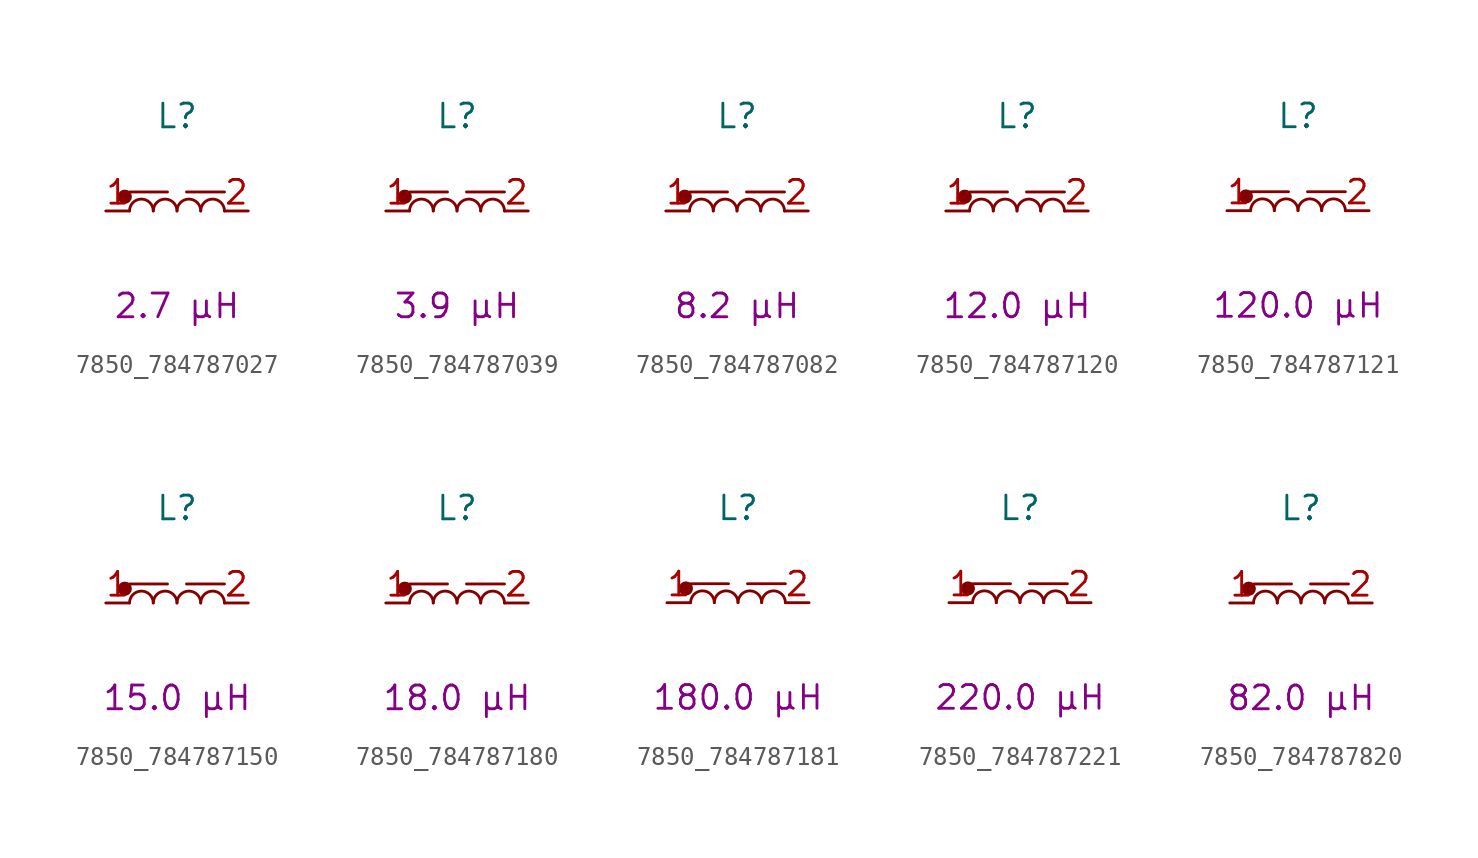
<source format=kicad_sym>
(kicad_symbol_lib
  (version 20220914)
  (generator kicad_symbol_editor)
  (symbol "7850_784787027"
    (pin_names hide)
    (property "Reference" "L"
      (at 0 5.08 0)
      (effects (font (size 1.27 1.27))))
    (property "Critical Parameter" "2.7 µH"
      (at 0 -5.08 0)
      (effects (font (size 1.27 1.27))))
    (symbol "7850_784787027_0_1"
      (arc (start -1.27 0) (mid -1.905 0.6323) (end -2.54 0) (stroke (width 0) (type default)) (fill (type none)))
      (arc (start 0 0) (mid -0.635 0.6323) (end -1.27 0) (stroke (width 0) (type default)) (fill (type none)))
      (polyline (pts (xy -2.54 1.016) (xy -0.508 1.016)) (stroke (width 0) (type default)) (fill (type none)))
      (arc (start 1.27 0) (mid 0.635 0.6323) (end 0 0) (stroke (width 0) (type default)) (fill (type none)))
      (arc (start 2.54 0) (mid 1.905 0.6323) (end 1.27 0) (stroke (width 0) (type default)) (fill (type none))))
    (symbol "7850_784787027_1_1"
      (circle (center -2.794 0.762) (radius 0.0001) (stroke (width 0.381) (type default)) (fill (type none)))
      (polyline (pts (xy 2.54 1.016) (xy 0.508 1.016)) (stroke (width 0) (type default)) (fill (type none)))
      (pin passive line (at -3.81 0 0) (length 1.27) (name "1" (effects (font (size 1.27 1.27)))) (number "1" (effects (font (size 1.27 1.27)))))
      (pin passive line (at 3.81 0 180) (length 1.27) (name "2" (effects (font (size 1.27 1.27)))) (number "2" (effects (font (size 1.27 1.27)))))))
  (symbol "7850_784787039"
    (pin_names hide)
    (property "Reference" "L"
      (at 0 5.08 0)
      (effects (font (size 1.27 1.27))))
    (property "Critical Parameter" "3.9 µH"
      (at 0 -5.08 0)
      (effects (font (size 1.27 1.27))))
    (symbol "7850_784787039_0_1"
      (arc (start -1.27 0) (mid -1.905 0.6323) (end -2.54 0) (stroke (width 0) (type default)) (fill (type none)))
      (arc (start 0 0) (mid -0.635 0.6323) (end -1.27 0) (stroke (width 0) (type default)) (fill (type none)))
      (polyline (pts (xy -2.54 1.016) (xy -0.508 1.016)) (stroke (width 0) (type default)) (fill (type none)))
      (arc (start 1.27 0) (mid 0.635 0.6323) (end 0 0) (stroke (width 0) (type default)) (fill (type none)))
      (arc (start 2.54 0) (mid 1.905 0.6323) (end 1.27 0) (stroke (width 0) (type default)) (fill (type none))))
    (symbol "7850_784787039_1_1"
      (circle (center -2.794 0.762) (radius 0.0001) (stroke (width 0.381) (type default)) (fill (type none)))
      (polyline (pts (xy 2.54 1.016) (xy 0.508 1.016)) (stroke (width 0) (type default)) (fill (type none)))
      (pin passive line (at -3.81 0 0) (length 1.27) (name "1" (effects (font (size 1.27 1.27)))) (number "1" (effects (font (size 1.27 1.27)))))
      (pin passive line (at 3.81 0 180) (length 1.27) (name "2" (effects (font (size 1.27 1.27)))) (number "2" (effects (font (size 1.27 1.27)))))))
  (symbol "7850_784787082"
    (pin_names hide)
    (property "Reference" "L"
      (at 0 5.08 0)
      (effects (font (size 1.27 1.27))))
    (property "Critical Parameter" "8.2 µH"
      (at 0 -5.08 0)
      (effects (font (size 1.27 1.27))))
    (symbol "7850_784787082_0_1"
      (arc (start -1.27 0) (mid -1.905 0.6323) (end -2.54 0) (stroke (width 0) (type default)) (fill (type none)))
      (arc (start 0 0) (mid -0.635 0.6323) (end -1.27 0) (stroke (width 0) (type default)) (fill (type none)))
      (polyline (pts (xy -2.54 1.016) (xy -0.508 1.016)) (stroke (width 0) (type default)) (fill (type none)))
      (arc (start 1.27 0) (mid 0.635 0.6323) (end 0 0) (stroke (width 0) (type default)) (fill (type none)))
      (arc (start 2.54 0) (mid 1.905 0.6323) (end 1.27 0) (stroke (width 0) (type default)) (fill (type none))))
    (symbol "7850_784787082_1_1"
      (circle (center -2.794 0.762) (radius 0.0001) (stroke (width 0.381) (type default)) (fill (type none)))
      (polyline (pts (xy 2.54 1.016) (xy 0.508 1.016)) (stroke (width 0) (type default)) (fill (type none)))
      (pin passive line (at -3.81 0 0) (length 1.27) (name "1" (effects (font (size 1.27 1.27)))) (number "1" (effects (font (size 1.27 1.27)))))
      (pin passive line (at 3.81 0 180) (length 1.27) (name "2" (effects (font (size 1.27 1.27)))) (number "2" (effects (font (size 1.27 1.27)))))))
  (symbol "7850_784787120"
    (pin_names hide)
    (property "Reference" "L"
      (at 0 5.08 0)
      (effects (font (size 1.27 1.27))))
    (property "Critical Parameter" "12.0 µH"
      (at 0 -5.08 0)
      (effects (font (size 1.27 1.27))))
    (symbol "7850_784787120_0_1"
      (arc (start -1.27 0) (mid -1.905 0.6323) (end -2.54 0) (stroke (width 0) (type default)) (fill (type none)))
      (arc (start 0 0) (mid -0.635 0.6323) (end -1.27 0) (stroke (width 0) (type default)) (fill (type none)))
      (polyline (pts (xy -2.54 1.016) (xy -0.508 1.016)) (stroke (width 0) (type default)) (fill (type none)))
      (arc (start 1.27 0) (mid 0.635 0.6323) (end 0 0) (stroke (width 0) (type default)) (fill (type none)))
      (arc (start 2.54 0) (mid 1.905 0.6323) (end 1.27 0) (stroke (width 0) (type default)) (fill (type none))))
    (symbol "7850_784787120_1_1"
      (circle (center -2.794 0.762) (radius 0.0001) (stroke (width 0.381) (type default)) (fill (type none)))
      (polyline (pts (xy 2.54 1.016) (xy 0.508 1.016)) (stroke (width 0) (type default)) (fill (type none)))
      (pin passive line (at -3.81 0 0) (length 1.27) (name "1" (effects (font (size 1.27 1.27)))) (number "1" (effects (font (size 1.27 1.27)))))
      (pin passive line (at 3.81 0 180) (length 1.27) (name "2" (effects (font (size 1.27 1.27)))) (number "2" (effects (font (size 1.27 1.27)))))))
  (symbol "7850_784787121"
    (pin_names hide)
    (property "Reference" "L"
      (at 0 5.08 0)
      (effects (font (size 1.27 1.27))))
    (property "Critical Parameter" "120.0 µH"
      (at 0 -5.08 0)
      (effects (font (size 1.27 1.27))))
    (symbol "7850_784787121_0_1"
      (arc (start -1.27 0) (mid -1.905 0.6323) (end -2.54 0) (stroke (width 0) (type default)) (fill (type none)))
      (arc (start 0 0) (mid -0.635 0.6323) (end -1.27 0) (stroke (width 0) (type default)) (fill (type none)))
      (polyline (pts (xy -2.54 1.016) (xy -0.508 1.016)) (stroke (width 0) (type default)) (fill (type none)))
      (arc (start 1.27 0) (mid 0.635 0.6323) (end 0 0) (stroke (width 0) (type default)) (fill (type none)))
      (arc (start 2.54 0) (mid 1.905 0.6323) (end 1.27 0) (stroke (width 0) (type default)) (fill (type none))))
    (symbol "7850_784787121_1_1"
      (circle (center -2.794 0.762) (radius 0.0001) (stroke (width 0.381) (type default)) (fill (type none)))
      (polyline (pts (xy 2.54 1.016) (xy 0.508 1.016)) (stroke (width 0) (type default)) (fill (type none)))
      (pin passive line (at -3.81 0 0) (length 1.27) (name "1" (effects (font (size 1.27 1.27)))) (number "1" (effects (font (size 1.27 1.27)))))
      (pin passive line (at 3.81 0 180) (length 1.27) (name "2" (effects (font (size 1.27 1.27)))) (number "2" (effects (font (size 1.27 1.27)))))))
  (symbol "7850_784787150"
    (pin_names hide)
    (property "Reference" "L"
      (at 0 5.08 0)
      (effects (font (size 1.27 1.27))))
    (property "Critical Parameter" "15.0 µH"
      (at 0 -5.08 0)
      (effects (font (size 1.27 1.27))))
    (symbol "7850_784787150_0_1"
      (arc (start -1.27 0) (mid -1.905 0.6323) (end -2.54 0) (stroke (width 0) (type default)) (fill (type none)))
      (arc (start 0 0) (mid -0.635 0.6323) (end -1.27 0) (stroke (width 0) (type default)) (fill (type none)))
      (polyline (pts (xy -2.54 1.016) (xy -0.508 1.016)) (stroke (width 0) (type default)) (fill (type none)))
      (arc (start 1.27 0) (mid 0.635 0.6323) (end 0 0) (stroke (width 0) (type default)) (fill (type none)))
      (arc (start 2.54 0) (mid 1.905 0.6323) (end 1.27 0) (stroke (width 0) (type default)) (fill (type none))))
    (symbol "7850_784787150_1_1"
      (circle (center -2.794 0.762) (radius 0.0001) (stroke (width 0.381) (type default)) (fill (type none)))
      (polyline (pts (xy 2.54 1.016) (xy 0.508 1.016)) (stroke (width 0) (type default)) (fill (type none)))
      (pin passive line (at -3.81 0 0) (length 1.27) (name "1" (effects (font (size 1.27 1.27)))) (number "1" (effects (font (size 1.27 1.27)))))
      (pin passive line (at 3.81 0 180) (length 1.27) (name "2" (effects (font (size 1.27 1.27)))) (number "2" (effects (font (size 1.27 1.27)))))))
  (symbol "7850_784787180"
    (pin_names hide)
    (property "Reference" "L"
      (at 0 5.08 0)
      (effects (font (size 1.27 1.27))))
    (property "Critical Parameter" "18.0 µH"
      (at 0 -5.08 0)
      (effects (font (size 1.27 1.27))))
    (symbol "7850_784787180_0_1"
      (arc (start -1.27 0) (mid -1.905 0.6323) (end -2.54 0) (stroke (width 0) (type default)) (fill (type none)))
      (arc (start 0 0) (mid -0.635 0.6323) (end -1.27 0) (stroke (width 0) (type default)) (fill (type none)))
      (polyline (pts (xy -2.54 1.016) (xy -0.508 1.016)) (stroke (width 0) (type default)) (fill (type none)))
      (arc (start 1.27 0) (mid 0.635 0.6323) (end 0 0) (stroke (width 0) (type default)) (fill (type none)))
      (arc (start 2.54 0) (mid 1.905 0.6323) (end 1.27 0) (stroke (width 0) (type default)) (fill (type none))))
    (symbol "7850_784787180_1_1"
      (circle (center -2.794 0.762) (radius 0.0001) (stroke (width 0.381) (type default)) (fill (type none)))
      (polyline (pts (xy 2.54 1.016) (xy 0.508 1.016)) (stroke (width 0) (type default)) (fill (type none)))
      (pin passive line (at -3.81 0 0) (length 1.27) (name "1" (effects (font (size 1.27 1.27)))) (number "1" (effects (font (size 1.27 1.27)))))
      (pin passive line (at 3.81 0 180) (length 1.27) (name "2" (effects (font (size 1.27 1.27)))) (number "2" (effects (font (size 1.27 1.27)))))))
  (symbol "7850_784787181"
    (pin_names hide)
    (property "Reference" "L"
      (at 0 5.08 0)
      (effects (font (size 1.27 1.27))))
    (property "Critical Parameter" "180.0 µH"
      (at 0 -5.08 0)
      (effects (font (size 1.27 1.27))))
    (symbol "7850_784787181_0_1"
      (arc (start -1.27 0) (mid -1.905 0.6323) (end -2.54 0) (stroke (width 0) (type default)) (fill (type none)))
      (arc (start 0 0) (mid -0.635 0.6323) (end -1.27 0) (stroke (width 0) (type default)) (fill (type none)))
      (polyline (pts (xy -2.54 1.016) (xy -0.508 1.016)) (stroke (width 0) (type default)) (fill (type none)))
      (arc (start 1.27 0) (mid 0.635 0.6323) (end 0 0) (stroke (width 0) (type default)) (fill (type none)))
      (arc (start 2.54 0) (mid 1.905 0.6323) (end 1.27 0) (stroke (width 0) (type default)) (fill (type none))))
    (symbol "7850_784787181_1_1"
      (circle (center -2.794 0.762) (radius 0.0001) (stroke (width 0.381) (type default)) (fill (type none)))
      (polyline (pts (xy 2.54 1.016) (xy 0.508 1.016)) (stroke (width 0) (type default)) (fill (type none)))
      (pin passive line (at -3.81 0 0) (length 1.27) (name "1" (effects (font (size 1.27 1.27)))) (number "1" (effects (font (size 1.27 1.27)))))
      (pin passive line (at 3.81 0 180) (length 1.27) (name "2" (effects (font (size 1.27 1.27)))) (number "2" (effects (font (size 1.27 1.27)))))))
  (symbol "7850_784787221"
    (pin_names hide)
    (property "Reference" "L"
      (at 0 5.08 0)
      (effects (font (size 1.27 1.27))))
    (property "Critical Parameter" "220.0 µH"
      (at 0 -5.08 0)
      (effects (font (size 1.27 1.27))))
    (symbol "7850_784787221_0_1"
      (arc (start -1.27 0) (mid -1.905 0.6323) (end -2.54 0) (stroke (width 0) (type default)) (fill (type none)))
      (arc (start 0 0) (mid -0.635 0.6323) (end -1.27 0) (stroke (width 0) (type default)) (fill (type none)))
      (polyline (pts (xy -2.54 1.016) (xy -0.508 1.016)) (stroke (width 0) (type default)) (fill (type none)))
      (arc (start 1.27 0) (mid 0.635 0.6323) (end 0 0) (stroke (width 0) (type default)) (fill (type none)))
      (arc (start 2.54 0) (mid 1.905 0.6323) (end 1.27 0) (stroke (width 0) (type default)) (fill (type none))))
    (symbol "7850_784787221_1_1"
      (circle (center -2.794 0.762) (radius 0.0001) (stroke (width 0.381) (type default)) (fill (type none)))
      (polyline (pts (xy 2.54 1.016) (xy 0.508 1.016)) (stroke (width 0) (type default)) (fill (type none)))
      (pin passive line (at -3.81 0 0) (length 1.27) (name "1" (effects (font (size 1.27 1.27)))) (number "1" (effects (font (size 1.27 1.27)))))
      (pin passive line (at 3.81 0 180) (length 1.27) (name "2" (effects (font (size 1.27 1.27)))) (number "2" (effects (font (size 1.27 1.27)))))))
  (symbol "7850_784787820"
    (pin_names hide)
    (property "Reference" "L"
      (at 0 5.08 0)
      (effects (font (size 1.27 1.27))))
    (property "Critical Parameter" "82.0 µH"
      (at 0 -5.08 0)
      (effects (font (size 1.27 1.27))))
    (symbol "7850_784787820_0_1"
      (arc (start -1.27 0) (mid -1.905 0.6323) (end -2.54 0) (stroke (width 0) (type default)) (fill (type none)))
      (arc (start 0 0) (mid -0.635 0.6323) (end -1.27 0) (stroke (width 0) (type default)) (fill (type none)))
      (polyline (pts (xy -2.54 1.016) (xy -0.508 1.016)) (stroke (width 0) (type default)) (fill (type none)))
      (arc (start 1.27 0) (mid 0.635 0.6323) (end 0 0) (stroke (width 0) (type default)) (fill (type none)))
      (arc (start 2.54 0) (mid 1.905 0.6323) (end 1.27 0) (stroke (width 0) (type default)) (fill (type none))))
    (symbol "7850_784787820_1_1"
      (circle (center -2.794 0.762) (radius 0.0001) (stroke (width 0.381) (type default)) (fill (type none)))
      (polyline (pts (xy 2.54 1.016) (xy 0.508 1.016)) (stroke (width 0) (type default)) (fill (type none)))
      (pin passive line (at -3.81 0 0) (length 1.27) (name "1" (effects (font (size 1.27 1.27)))) (number "1" (effects (font (size 1.27 1.27)))))
      (pin passive line (at 3.81 0 180) (length 1.27) (name "2" (effects (font (size 1.27 1.27)))) (number "2" (effects (font (size 1.27 1.27))))))))
</source>
